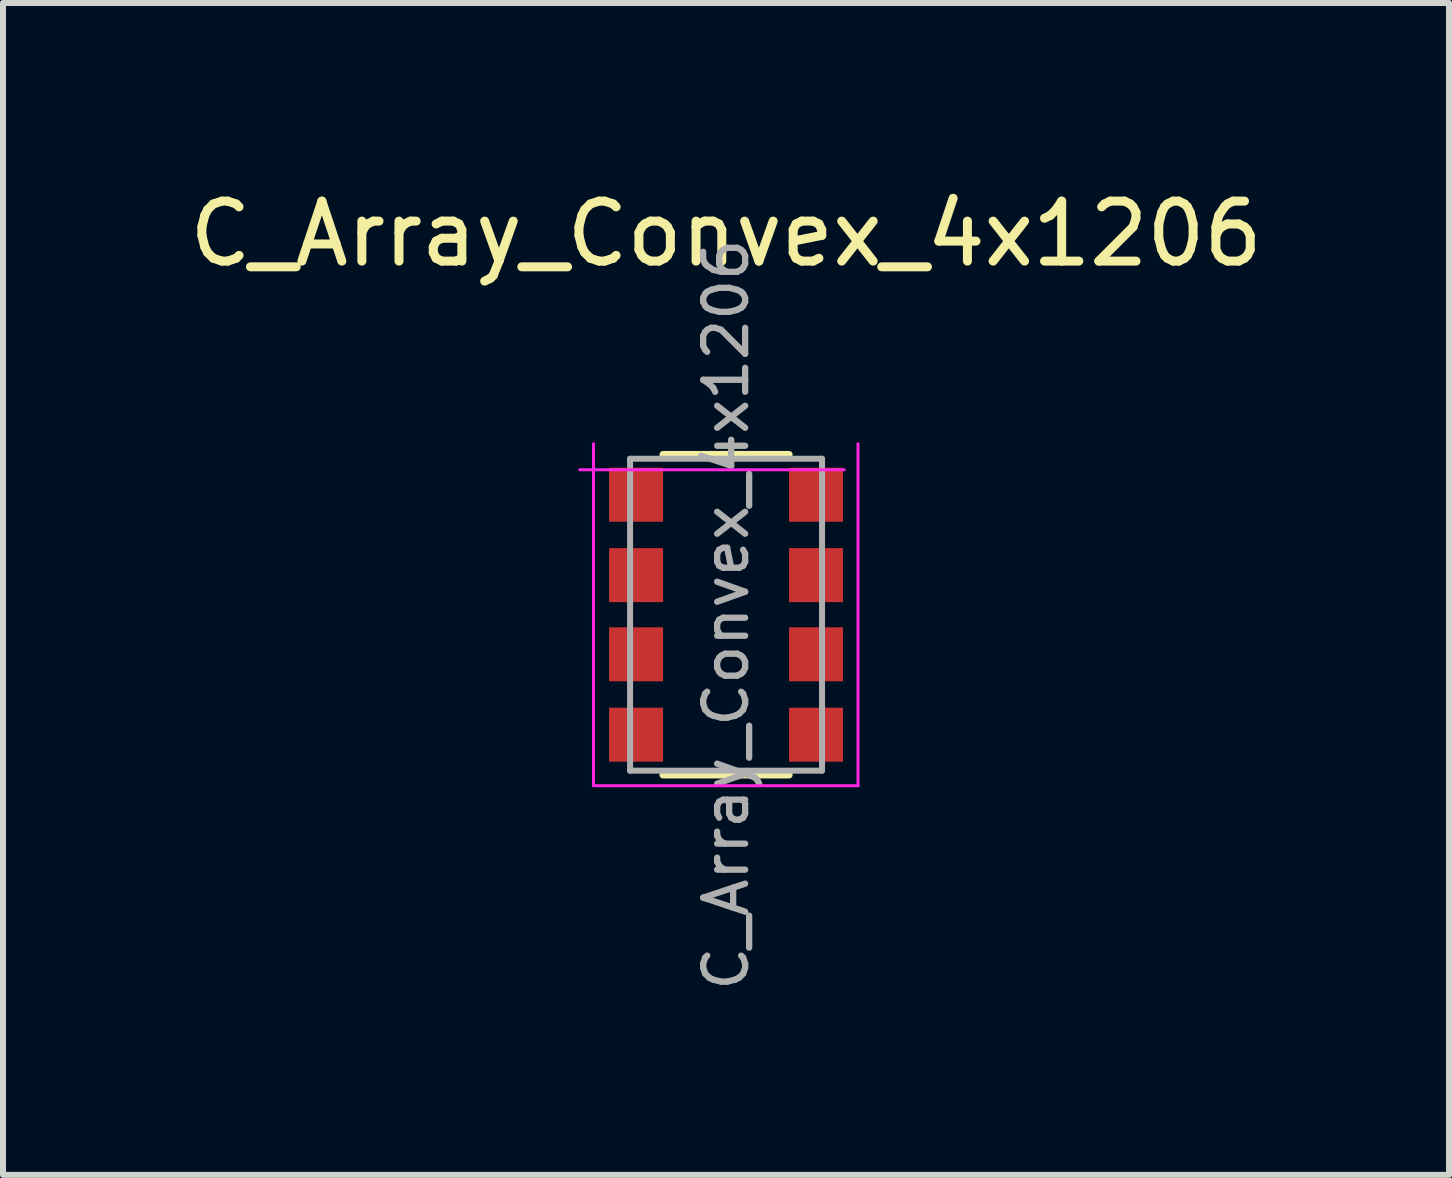
<source format=kicad_pcb>
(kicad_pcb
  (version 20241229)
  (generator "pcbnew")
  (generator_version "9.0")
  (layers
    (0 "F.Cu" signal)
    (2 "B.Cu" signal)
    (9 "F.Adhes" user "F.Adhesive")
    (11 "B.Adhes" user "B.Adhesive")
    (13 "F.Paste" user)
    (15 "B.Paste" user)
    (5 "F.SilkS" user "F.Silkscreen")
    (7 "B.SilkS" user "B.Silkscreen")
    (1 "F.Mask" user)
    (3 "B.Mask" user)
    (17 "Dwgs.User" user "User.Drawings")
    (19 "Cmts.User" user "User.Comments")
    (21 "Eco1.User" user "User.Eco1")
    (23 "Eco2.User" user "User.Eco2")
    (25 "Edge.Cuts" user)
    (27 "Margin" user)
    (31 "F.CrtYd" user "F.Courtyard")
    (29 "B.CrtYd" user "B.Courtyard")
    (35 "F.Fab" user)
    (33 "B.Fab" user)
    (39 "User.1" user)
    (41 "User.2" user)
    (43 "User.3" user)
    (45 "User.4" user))
  (footprint "C_Array_Convex_4x1206"
    (layer "F.Cu")
    (at 9.054 7.198)
    (property "Reference" "C_Array_Convex_4x1206" (at 0 -6.35 0) (unlocked yes) (layer "F.SilkS") (effects (font (size 1 1) (thickness 0.15))))
    (attr smd)
    (fp_line (start 1.05 -2.67) (end -1.05 -2.67) (stroke (width 0.12) (type solid)) (layer "F.SilkS"))
    (fp_line (start 1.05 2.67) (end -1.05 2.67) (stroke (width 0.12) (type solid)) (layer "F.SilkS"))
    (fp_line (start -2.44 -2.417) (end 1.97 -2.417) (stroke (width 0.05) (type solid)) (layer "F.CrtYd"))
    (fp_line (start -2.21 -2.85) (end -2.21 2.85) (stroke (width 0.05) (type solid)) (layer "F.CrtYd"))
    (fp_line (start 2.2 2.85) (end -2.21 2.85) (stroke (width 0.05) (type solid)) (layer "F.CrtYd"))
    (fp_line (start 2.2 2.85) (end 2.2 -2.85) (stroke (width 0.05) (type solid)) (layer "F.CrtYd"))
    (fp_line (start -1.6 -2.6) (end -1.6 2.6) (stroke (width 0.1) (type solid)) (layer "F.Fab"))
    (fp_line (start -1.6 2.6) (end 1.6 2.6) (stroke (width 0.1) (type solid)) (layer "F.Fab"))
    (fp_line (start 1.6 -2.6) (end -1.6 -2.6) (stroke (width 0.1) (type solid)) (layer "F.Fab"))
    (fp_line (start 1.6 2.6) (end 1.6 -2.6) (stroke (width 0.1) (type solid)) (layer "F.Fab"))
    (fp_text user "${REFERENCE}" (at 0 0 90) (layer "F.Fab") (effects (font (size 0.7 0.7) (thickness 0.105))))
    (pad "1" smd rect (at -1.5 -2) (size 0.9 0.9) (layers "F.Cu" "F.Mask" "F.Paste"))
    (pad "2" smd rect (at -1.5 -0.66) (size 0.9 0.9) (layers "F.Cu" "F.Mask" "F.Paste"))
    (pad "3" smd rect (at -1.5 0.66) (size 0.9 0.9) (layers "F.Cu" "F.Mask" "F.Paste"))
    (pad "4" smd rect (at -1.5 2) (size 0.9 0.9) (layers "F.Cu" "F.Mask" "F.Paste"))
    (pad "5" smd rect (at 1.5 2) (size 0.9 0.9) (layers "F.Cu" "F.Mask" "F.Paste"))
    (pad "6" smd rect (at 1.5 0.66) (size 0.9 0.9) (layers "F.Cu" "F.Mask" "F.Paste"))
    (pad "7" smd rect (at 1.5 -0.66) (size 0.9 0.9) (layers "F.Cu" "F.Mask" "F.Paste"))
    (pad "8" smd rect (at 1.5 -2) (size 0.9 0.9) (layers "F.Cu" "F.Mask" "F.Paste")))
  (gr_rect
    (start -3 -3)
    (end 21.107 16.536)
    (stroke (width 0.1) (type default))
    (fill no)
    (layer "Edge.Cuts")))
</source>
